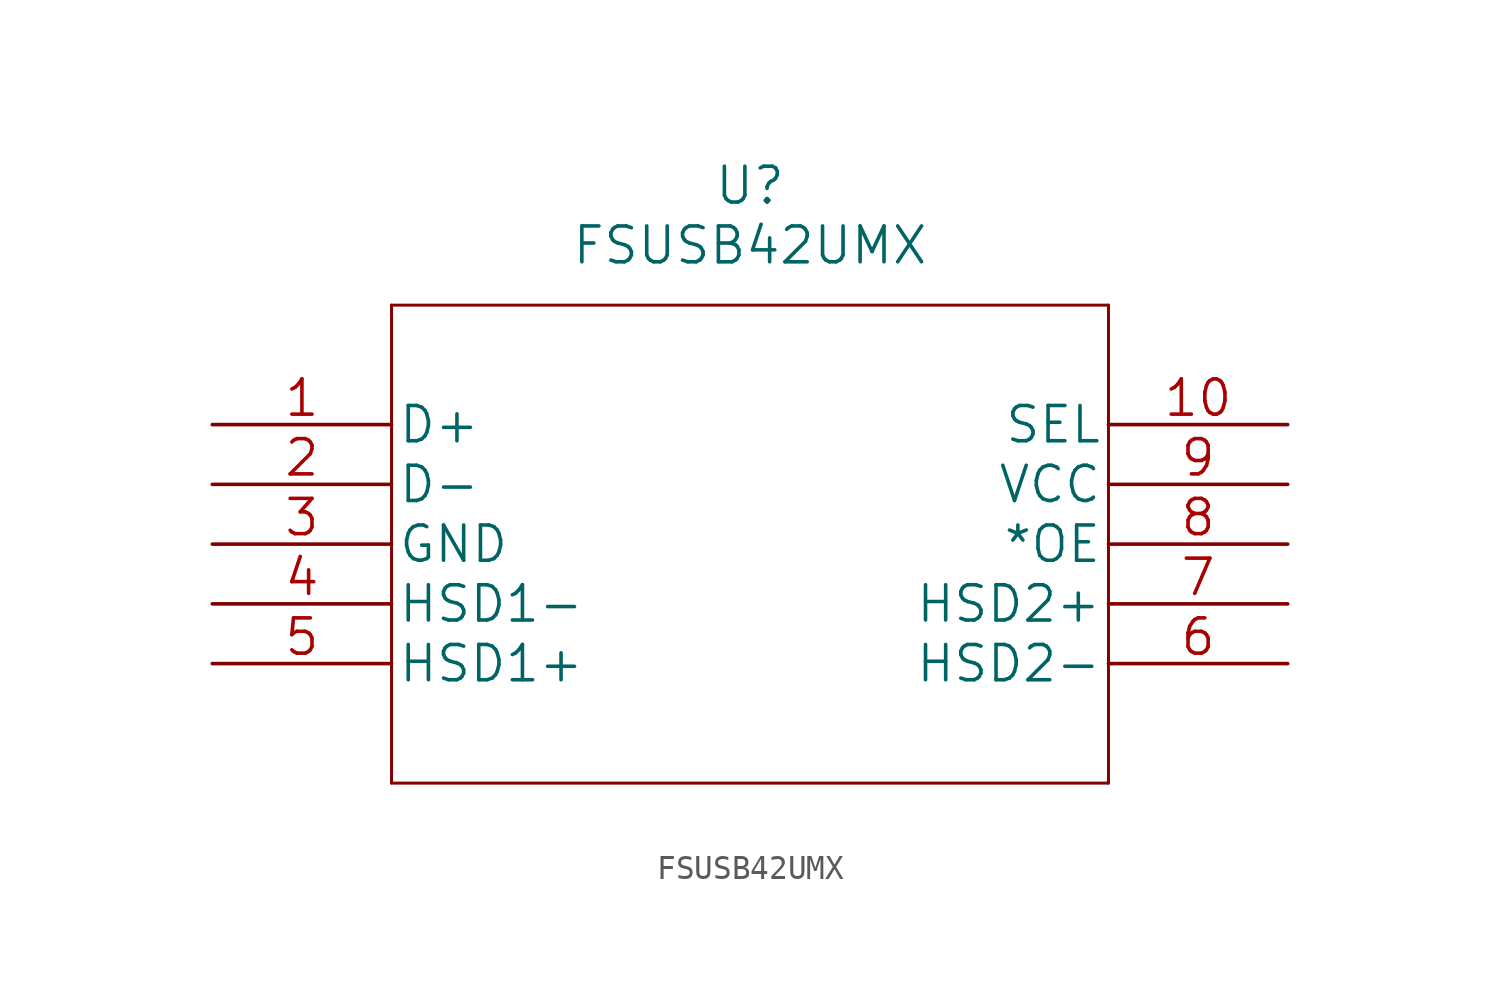
<source format=kicad_sym>
(kicad_symbol_lib
  (version 20201005)
  (generator kicad_symbol_editor)
  (symbol "FSUSB42UMX"
    (pin_names
      (offset 0.254))
    (property "Reference" "U"
      (at 22.86 10.16 0)
      (effects (font (size 1.524 1.524))))
    (property "Value" "FSUSB42UMX"
      (at 22.86 7.62 0)
      (effects (font (size 1.524 1.524))))
    (property "Datasheet" ""
      (at 0 0 0)
      (effects (font (size 1.524 1.524))))
    (property "ki_locked" ""
      (at 0 0 0)
      (effects (font (size 1.27 1.27))))
    (symbol "FSUSB42UMX_1_1"
      (polyline (pts (xy 7.62 -15.24) (xy 38.1 -15.24)) (stroke (width 0.127)) (fill (type none)))
      (polyline (pts (xy 7.62 5.08) (xy 7.62 -15.24)) (stroke (width 0.127)) (fill (type none)))
      (polyline (pts (xy 38.1 -15.24) (xy 38.1 5.08)) (stroke (width 0.127)) (fill (type none)))
      (polyline (pts (xy 38.1 5.08) (xy 7.62 5.08)) (stroke (width 0.127)) (fill (type none)))
      (pin unspecified line (at 0 0 0) (length 7.62) (name "D+" (effects (font (size 1.499 1.499)))) (number "1" (effects (font (size 1.499 1.499)))))
      (pin unspecified line (at 45.72 0 180) (length 7.62) (name "SEL" (effects (font (size 1.499 1.499)))) (number "10" (effects (font (size 1.499 1.499)))))
      (pin unspecified line (at 0 -2.54 0) (length 7.62) (name "D-" (effects (font (size 1.499 1.499)))) (number "2" (effects (font (size 1.499 1.499)))))
      (pin power_in line (at 0 -5.08 0) (length 7.62) (name "GND" (effects (font (size 1.499 1.499)))) (number "3" (effects (font (size 1.499 1.499)))))
      (pin input line (at 0 -7.62 0) (length 7.62) (name "HSD1-" (effects (font (size 1.499 1.499)))) (number "4" (effects (font (size 1.499 1.499)))))
      (pin input line (at 0 -10.16 0) (length 7.62) (name "HSD1+" (effects (font (size 1.499 1.499)))) (number "5" (effects (font (size 1.499 1.499)))))
      (pin input line (at 45.72 -10.16 180) (length 7.62) (name "HSD2-" (effects (font (size 1.499 1.499)))) (number "6" (effects (font (size 1.499 1.499)))))
      (pin input line (at 45.72 -7.62 180) (length 7.62) (name "HSD2+" (effects (font (size 1.499 1.499)))) (number "7" (effects (font (size 1.499 1.499)))))
      (pin unspecified line (at 45.72 -5.08 180) (length 7.62) (name "*OE" (effects (font (size 1.499 1.499)))) (number "8" (effects (font (size 1.499 1.499)))))
      (pin power_in line (at 45.72 -2.54 180) (length 7.62) (name "VCC" (effects (font (size 1.499 1.499)))) (number "9" (effects (font (size 1.499 1.499))))))))
</source>
